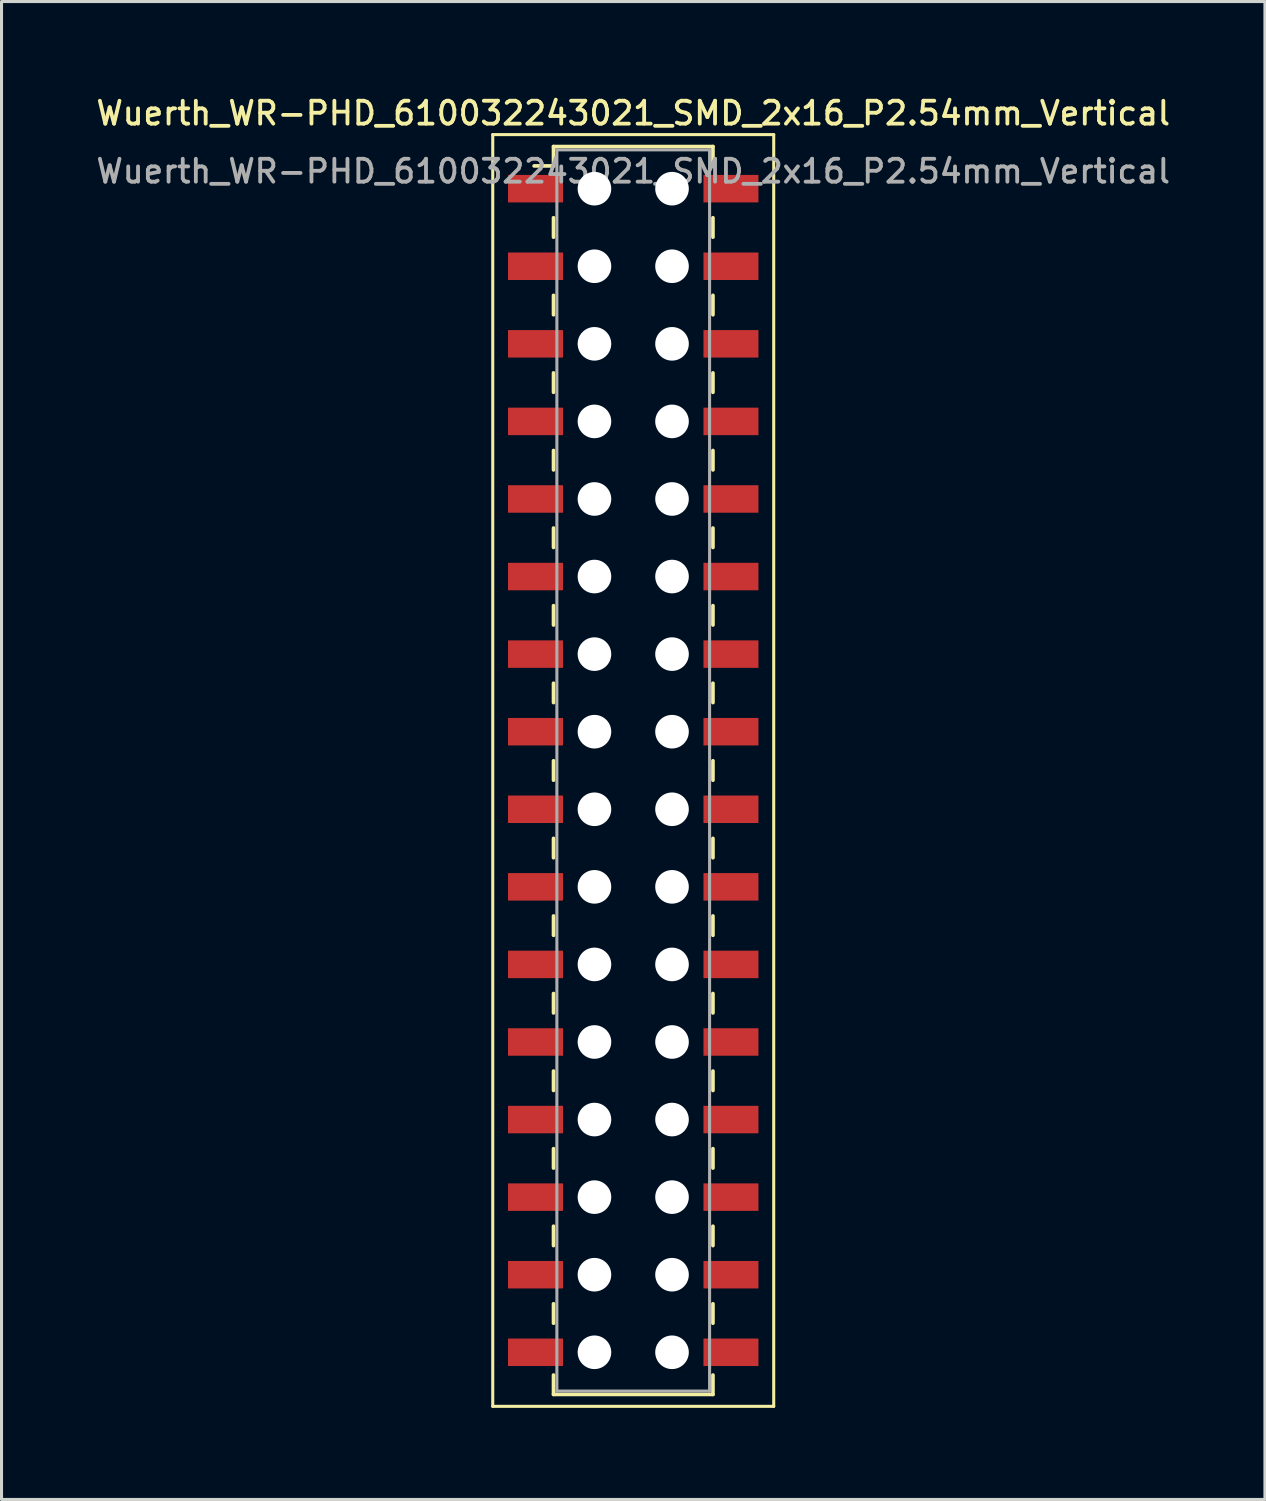
<source format=kicad_pcb>
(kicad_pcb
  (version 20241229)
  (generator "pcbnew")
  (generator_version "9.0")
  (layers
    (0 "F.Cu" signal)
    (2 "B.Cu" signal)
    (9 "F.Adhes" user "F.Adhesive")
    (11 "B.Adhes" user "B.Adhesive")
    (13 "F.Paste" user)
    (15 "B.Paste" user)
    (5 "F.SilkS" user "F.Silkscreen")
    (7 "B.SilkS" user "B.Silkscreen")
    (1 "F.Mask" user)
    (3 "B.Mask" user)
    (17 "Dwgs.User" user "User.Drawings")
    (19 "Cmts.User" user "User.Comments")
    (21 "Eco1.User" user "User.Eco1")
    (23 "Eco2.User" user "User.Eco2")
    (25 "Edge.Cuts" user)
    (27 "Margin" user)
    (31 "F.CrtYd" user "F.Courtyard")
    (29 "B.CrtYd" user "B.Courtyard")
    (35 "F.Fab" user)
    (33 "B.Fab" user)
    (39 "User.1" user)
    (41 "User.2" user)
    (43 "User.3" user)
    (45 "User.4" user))
  (footprint "Wuerth_WR-PHD_610032243021_SMD_2x16_P2.54mm_Vertical"
    (layer "F.Cu")
    (at 17.684 22.178)
    (property "Reference" "Wuerth_WR-PHD_610032243021_SMD_2x16_P2.54mm_Vertical" (at 0 -21.52 0) (layer "F.SilkS") (effects (font (size 0.75 0.75) (thickness 0.125))))
    (attr smd)
    (fp_line (start -4.6 -20.82) (end -4.6 20.82) (stroke (width 0.1) (type solid)) (layer "F.SilkS"))
    (fp_line (start -4.6 20.82) (end 4.6 20.82) (stroke (width 0.1) (type solid)) (layer "F.SilkS"))
    (fp_line (start -2.61 -20.43) (end -2.61 -19.795) (stroke (width 0.12) (type solid)) (layer "F.SilkS"))
    (fp_line (start -2.61 -20.43) (end 2.61 -20.43) (stroke (width 0.12) (type solid)) (layer "F.SilkS"))
    (fp_line (start -2.61 -19.795) (end -3.245 -19.795) (stroke (width 0.12) (type solid)) (layer "F.SilkS"))
    (fp_line (start -2.61 -18.098) (end -2.61 -17.462) (stroke (width 0.12) (type solid)) (layer "F.SilkS"))
    (fp_line (start -2.61 -15.557) (end -2.61 -14.922) (stroke (width 0.12) (type solid)) (layer "F.SilkS"))
    (fp_line (start -2.61 -13.018) (end -2.61 -12.383) (stroke (width 0.12) (type solid)) (layer "F.SilkS"))
    (fp_line (start -2.61 -10.477) (end -2.61 -9.842) (stroke (width 0.12) (type solid)) (layer "F.SilkS"))
    (fp_line (start -2.61 -7.938) (end -2.61 -7.303) (stroke (width 0.12) (type solid)) (layer "F.SilkS"))
    (fp_line (start -2.61 -5.397) (end -2.61 -4.763) (stroke (width 0.12) (type solid)) (layer "F.SilkS"))
    (fp_line (start -2.61 -2.857) (end -2.61 -2.223) (stroke (width 0.12) (type solid)) (layer "F.SilkS"))
    (fp_line (start -2.61 -0.318) (end -2.61 0.318) (stroke (width 0.12) (type solid)) (layer "F.SilkS"))
    (fp_line (start -2.61 2.223) (end -2.61 2.857) (stroke (width 0.12) (type solid)) (layer "F.SilkS"))
    (fp_line (start -2.61 4.763) (end -2.61 5.397) (stroke (width 0.12) (type solid)) (layer "F.SilkS"))
    (fp_line (start -2.61 7.303) (end -2.61 7.938) (stroke (width 0.12) (type solid)) (layer "F.SilkS"))
    (fp_line (start -2.61 9.842) (end -2.61 10.477) (stroke (width 0.12) (type solid)) (layer "F.SilkS"))
    (fp_line (start -2.61 12.383) (end -2.61 13.018) (stroke (width 0.12) (type solid)) (layer "F.SilkS"))
    (fp_line (start -2.61 14.922) (end -2.61 15.557) (stroke (width 0.12) (type solid)) (layer "F.SilkS"))
    (fp_line (start -2.61 17.462) (end -2.61 18.098) (stroke (width 0.12) (type solid)) (layer "F.SilkS"))
    (fp_line (start -2.61 20.43) (end -2.61 19.795) (stroke (width 0.12) (type solid)) (layer "F.SilkS"))
    (fp_line (start -2.61 20.43) (end 2.61 20.43) (stroke (width 0.12) (type solid)) (layer "F.SilkS"))
    (fp_line (start 2.61 -20.43) (end 2.61 -19.795) (stroke (width 0.12) (type solid)) (layer "F.SilkS"))
    (fp_line (start 2.61 -18.098) (end 2.61 -17.462) (stroke (width 0.12) (type solid)) (layer "F.SilkS"))
    (fp_line (start 2.61 -15.557) (end 2.61 -14.922) (stroke (width 0.12) (type solid)) (layer "F.SilkS"))
    (fp_line (start 2.61 -13.018) (end 2.61 -12.383) (stroke (width 0.12) (type solid)) (layer "F.SilkS"))
    (fp_line (start 2.61 -10.477) (end 2.61 -9.842) (stroke (width 0.12) (type solid)) (layer "F.SilkS"))
    (fp_line (start 2.61 -7.938) (end 2.61 -7.303) (stroke (width 0.12) (type solid)) (layer "F.SilkS"))
    (fp_line (start 2.61 -5.397) (end 2.61 -4.763) (stroke (width 0.12) (type solid)) (layer "F.SilkS"))
    (fp_line (start 2.61 -2.857) (end 2.61 -2.223) (stroke (width 0.12) (type solid)) (layer "F.SilkS"))
    (fp_line (start 2.61 -0.318) (end 2.61 0.318) (stroke (width 0.12) (type solid)) (layer "F.SilkS"))
    (fp_line (start 2.61 2.223) (end 2.61 2.857) (stroke (width 0.12) (type solid)) (layer "F.SilkS"))
    (fp_line (start 2.61 4.763) (end 2.61 5.397) (stroke (width 0.12) (type solid)) (layer "F.SilkS"))
    (fp_line (start 2.61 7.303) (end 2.61 7.938) (stroke (width 0.12) (type solid)) (layer "F.SilkS"))
    (fp_line (start 2.61 9.842) (end 2.61 10.477) (stroke (width 0.12) (type solid)) (layer "F.SilkS"))
    (fp_line (start 2.61 12.383) (end 2.61 13.018) (stroke (width 0.12) (type solid)) (layer "F.SilkS"))
    (fp_line (start 2.61 14.922) (end 2.61 15.557) (stroke (width 0.12) (type solid)) (layer "F.SilkS"))
    (fp_line (start 2.61 17.462) (end 2.61 18.098) (stroke (width 0.12) (type solid)) (layer "F.SilkS"))
    (fp_line (start 2.61 20.43) (end 2.61 19.795) (stroke (width 0.12) (type solid)) (layer "F.SilkS"))
    (fp_line (start 4.6 -20.82) (end -4.6 -20.82) (stroke (width 0.1) (type solid)) (layer "F.SilkS"))
    (fp_line (start 4.6 20.82) (end 4.6 -20.82) (stroke (width 0.1) (type solid)) (layer "F.SilkS"))
    (fp_line (start -2.5 -20.32) (end -2.5 20.32) (stroke (width 0.1) (type solid)) (layer "F.Fab"))
    (fp_line (start -2.5 20.32) (end 2.5 20.32) (stroke (width 0.1) (type solid)) (layer "F.Fab"))
    (fp_line (start 2.5 -20.32) (end -2.5 -20.32) (stroke (width 0.1) (type solid)) (layer "F.Fab"))
    (fp_line (start 2.5 20.32) (end 2.5 -20.32) (stroke (width 0.1) (type solid)) (layer "F.Fab"))
    (fp_text user "${REFERENCE}" (at 0 -19.62 0) (layer "F.Fab") (effects (font (size 0.75 0.75) (thickness 0.125))))
    (pad "" np_thru_hole circle (at -1.27 -19.05) (size 1.1 1.1) (drill 1.1) (layers "*.Cu" "*.Mask"))
    (pad "" np_thru_hole circle (at -1.27 -16.51) (size 1.1 1.1) (drill 1.1) (layers "*.Cu" "*.Mask"))
    (pad "" np_thru_hole circle (at -1.27 -13.97) (size 1.1 1.1) (drill 1.1) (layers "*.Cu" "*.Mask"))
    (pad "" np_thru_hole circle (at -1.27 -11.43) (size 1.1 1.1) (drill 1.1) (layers "*.Cu" "*.Mask"))
    (pad "" np_thru_hole circle (at -1.27 -8.89) (size 1.1 1.1) (drill 1.1) (layers "*.Cu" "*.Mask"))
    (pad "" np_thru_hole circle (at -1.27 -6.35) (size 1.1 1.1) (drill 1.1) (layers "*.Cu" "*.Mask"))
    (pad "" np_thru_hole circle (at -1.27 -3.81) (size 1.1 1.1) (drill 1.1) (layers "*.Cu" "*.Mask"))
    (pad "" np_thru_hole circle (at -1.27 -1.27) (size 1.1 1.1) (drill 1.1) (layers "*.Cu" "*.Mask"))
    (pad "" np_thru_hole circle (at -1.27 1.27) (size 1.1 1.1) (drill 1.1) (layers "*.Cu" "*.Mask"))
    (pad "" np_thru_hole circle (at -1.27 3.81) (size 1.1 1.1) (drill 1.1) (layers "*.Cu" "*.Mask"))
    (pad "" np_thru_hole circle (at -1.27 6.35) (size 1.1 1.1) (drill 1.1) (layers "*.Cu" "*.Mask"))
    (pad "" np_thru_hole circle (at -1.27 8.89) (size 1.1 1.1) (drill 1.1) (layers "*.Cu" "*.Mask"))
    (pad "" np_thru_hole circle (at -1.27 11.43) (size 1.1 1.1) (drill 1.1) (layers "*.Cu" "*.Mask"))
    (pad "" np_thru_hole circle (at -1.27 13.97) (size 1.1 1.1) (drill 1.1) (layers "*.Cu" "*.Mask"))
    (pad "" np_thru_hole circle (at -1.27 16.51) (size 1.1 1.1) (drill 1.1) (layers "*.Cu" "*.Mask"))
    (pad "" np_thru_hole circle (at -1.27 19.05) (size 1.1 1.1) (drill 1.1) (layers "*.Cu" "*.Mask"))
    (pad "" np_thru_hole circle (at 1.27 -19.05) (size 1.1 1.1) (drill 1.1) (layers "*.Cu" "*.Mask"))
    (pad "" np_thru_hole circle (at 1.27 -16.51) (size 1.1 1.1) (drill 1.1) (layers "*.Cu" "*.Mask"))
    (pad "" np_thru_hole circle (at 1.27 -13.97) (size 1.1 1.1) (drill 1.1) (layers "*.Cu" "*.Mask"))
    (pad "" np_thru_hole circle (at 1.27 -11.43) (size 1.1 1.1) (drill 1.1) (layers "*.Cu" "*.Mask"))
    (pad "" np_thru_hole circle (at 1.27 -8.89) (size 1.1 1.1) (drill 1.1) (layers "*.Cu" "*.Mask"))
    (pad "" np_thru_hole circle (at 1.27 -6.35) (size 1.1 1.1) (drill 1.1) (layers "*.Cu" "*.Mask"))
    (pad "" np_thru_hole circle (at 1.27 -3.81) (size 1.1 1.1) (drill 1.1) (layers "*.Cu" "*.Mask"))
    (pad "" np_thru_hole circle (at 1.27 -1.27) (size 1.1 1.1) (drill 1.1) (layers "*.Cu" "*.Mask"))
    (pad "" np_thru_hole circle (at 1.27 1.27) (size 1.1 1.1) (drill 1.1) (layers "*.Cu" "*.Mask"))
    (pad "" np_thru_hole circle (at 1.27 3.81) (size 1.1 1.1) (drill 1.1) (layers "*.Cu" "*.Mask"))
    (pad "" np_thru_hole circle (at 1.27 6.35) (size 1.1 1.1) (drill 1.1) (layers "*.Cu" "*.Mask"))
    (pad "" np_thru_hole circle (at 1.27 8.89) (size 1.1 1.1) (drill 1.1) (layers "*.Cu" "*.Mask"))
    (pad "" np_thru_hole circle (at 1.27 11.43) (size 1.1 1.1) (drill 1.1) (layers "*.Cu" "*.Mask"))
    (pad "" np_thru_hole circle (at 1.27 13.97) (size 1.1 1.1) (drill 1.1) (layers "*.Cu" "*.Mask"))
    (pad "" np_thru_hole circle (at 1.27 16.51) (size 1.1 1.1) (drill 1.1) (layers "*.Cu" "*.Mask"))
    (pad "" np_thru_hole circle (at 1.27 19.05) (size 1.1 1.1) (drill 1.1) (layers "*.Cu" "*.Mask"))
    (pad "1" smd rect (at -3.2 -19.05) (size 1.8 0.9) (layers "F.Cu" "F.Mask" "F.Paste"))
    (pad "2" smd rect (at 3.2 -19.05) (size 1.8 0.9) (layers "F.Cu" "F.Mask" "F.Paste"))
    (pad "3" smd rect (at -3.2 -16.51) (size 1.8 0.9) (layers "F.Cu" "F.Mask" "F.Paste"))
    (pad "4" smd rect (at 3.2 -16.51) (size 1.8 0.9) (layers "F.Cu" "F.Mask" "F.Paste"))
    (pad "5" smd rect (at -3.2 -13.97) (size 1.8 0.9) (layers "F.Cu" "F.Mask" "F.Paste"))
    (pad "6" smd rect (at 3.2 -13.97) (size 1.8 0.9) (layers "F.Cu" "F.Mask" "F.Paste"))
    (pad "7" smd rect (at -3.2 -11.43) (size 1.8 0.9) (layers "F.Cu" "F.Mask" "F.Paste"))
    (pad "8" smd rect (at 3.2 -11.43) (size 1.8 0.9) (layers "F.Cu" "F.Mask" "F.Paste"))
    (pad "9" smd rect (at -3.2 -8.89) (size 1.8 0.9) (layers "F.Cu" "F.Mask" "F.Paste"))
    (pad "10" smd rect (at 3.2 -8.89) (size 1.8 0.9) (layers "F.Cu" "F.Mask" "F.Paste"))
    (pad "11" smd rect (at -3.2 -6.35) (size 1.8 0.9) (layers "F.Cu" "F.Mask" "F.Paste"))
    (pad "12" smd rect (at 3.2 -6.35) (size 1.8 0.9) (layers "F.Cu" "F.Mask" "F.Paste"))
    (pad "13" smd rect (at -3.2 -3.81) (size 1.8 0.9) (layers "F.Cu" "F.Mask" "F.Paste"))
    (pad "14" smd rect (at 3.2 -3.81) (size 1.8 0.9) (layers "F.Cu" "F.Mask" "F.Paste"))
    (pad "15" smd rect (at -3.2 -1.27) (size 1.8 0.9) (layers "F.Cu" "F.Mask" "F.Paste"))
    (pad "16" smd rect (at 3.2 -1.27) (size 1.8 0.9) (layers "F.Cu" "F.Mask" "F.Paste"))
    (pad "17" smd rect (at -3.2 1.27) (size 1.8 0.9) (layers "F.Cu" "F.Mask" "F.Paste"))
    (pad "18" smd rect (at 3.2 1.27) (size 1.8 0.9) (layers "F.Cu" "F.Mask" "F.Paste"))
    (pad "19" smd rect (at -3.2 3.81) (size 1.8 0.9) (layers "F.Cu" "F.Mask" "F.Paste"))
    (pad "20" smd rect (at 3.2 3.81) (size 1.8 0.9) (layers "F.Cu" "F.Mask" "F.Paste"))
    (pad "21" smd rect (at -3.2 6.35) (size 1.8 0.9) (layers "F.Cu" "F.Mask" "F.Paste"))
    (pad "22" smd rect (at 3.2 6.35) (size 1.8 0.9) (layers "F.Cu" "F.Mask" "F.Paste"))
    (pad "23" smd rect (at -3.2 8.89) (size 1.8 0.9) (layers "F.Cu" "F.Mask" "F.Paste"))
    (pad "24" smd rect (at 3.2 8.89) (size 1.8 0.9) (layers "F.Cu" "F.Mask" "F.Paste"))
    (pad "25" smd rect (at -3.2 11.43) (size 1.8 0.9) (layers "F.Cu" "F.Mask" "F.Paste"))
    (pad "26" smd rect (at 3.2 11.43) (size 1.8 0.9) (layers "F.Cu" "F.Mask" "F.Paste"))
    (pad "27" smd rect (at -3.2 13.97) (size 1.8 0.9) (layers "F.Cu" "F.Mask" "F.Paste"))
    (pad "28" smd rect (at 3.2 13.97) (size 1.8 0.9) (layers "F.Cu" "F.Mask" "F.Paste"))
    (pad "29" smd rect (at -3.2 16.51) (size 1.8 0.9) (layers "F.Cu" "F.Mask" "F.Paste"))
    (pad "30" smd rect (at 3.2 16.51) (size 1.8 0.9) (layers "F.Cu" "F.Mask" "F.Paste"))
    (pad "31" smd rect (at -3.2 19.05) (size 1.8 0.9) (layers "F.Cu" "F.Mask" "F.Paste"))
    (pad "32" smd rect (at 3.2 19.05) (size 1.8 0.9) (layers "F.Cu" "F.Mask" "F.Paste")))
  (gr_rect
    (start -3 -3)
    (end 38.368 46.048)
    (stroke (width 0.1) (type default))
    (fill no)
    (layer "Edge.Cuts")))
</source>
